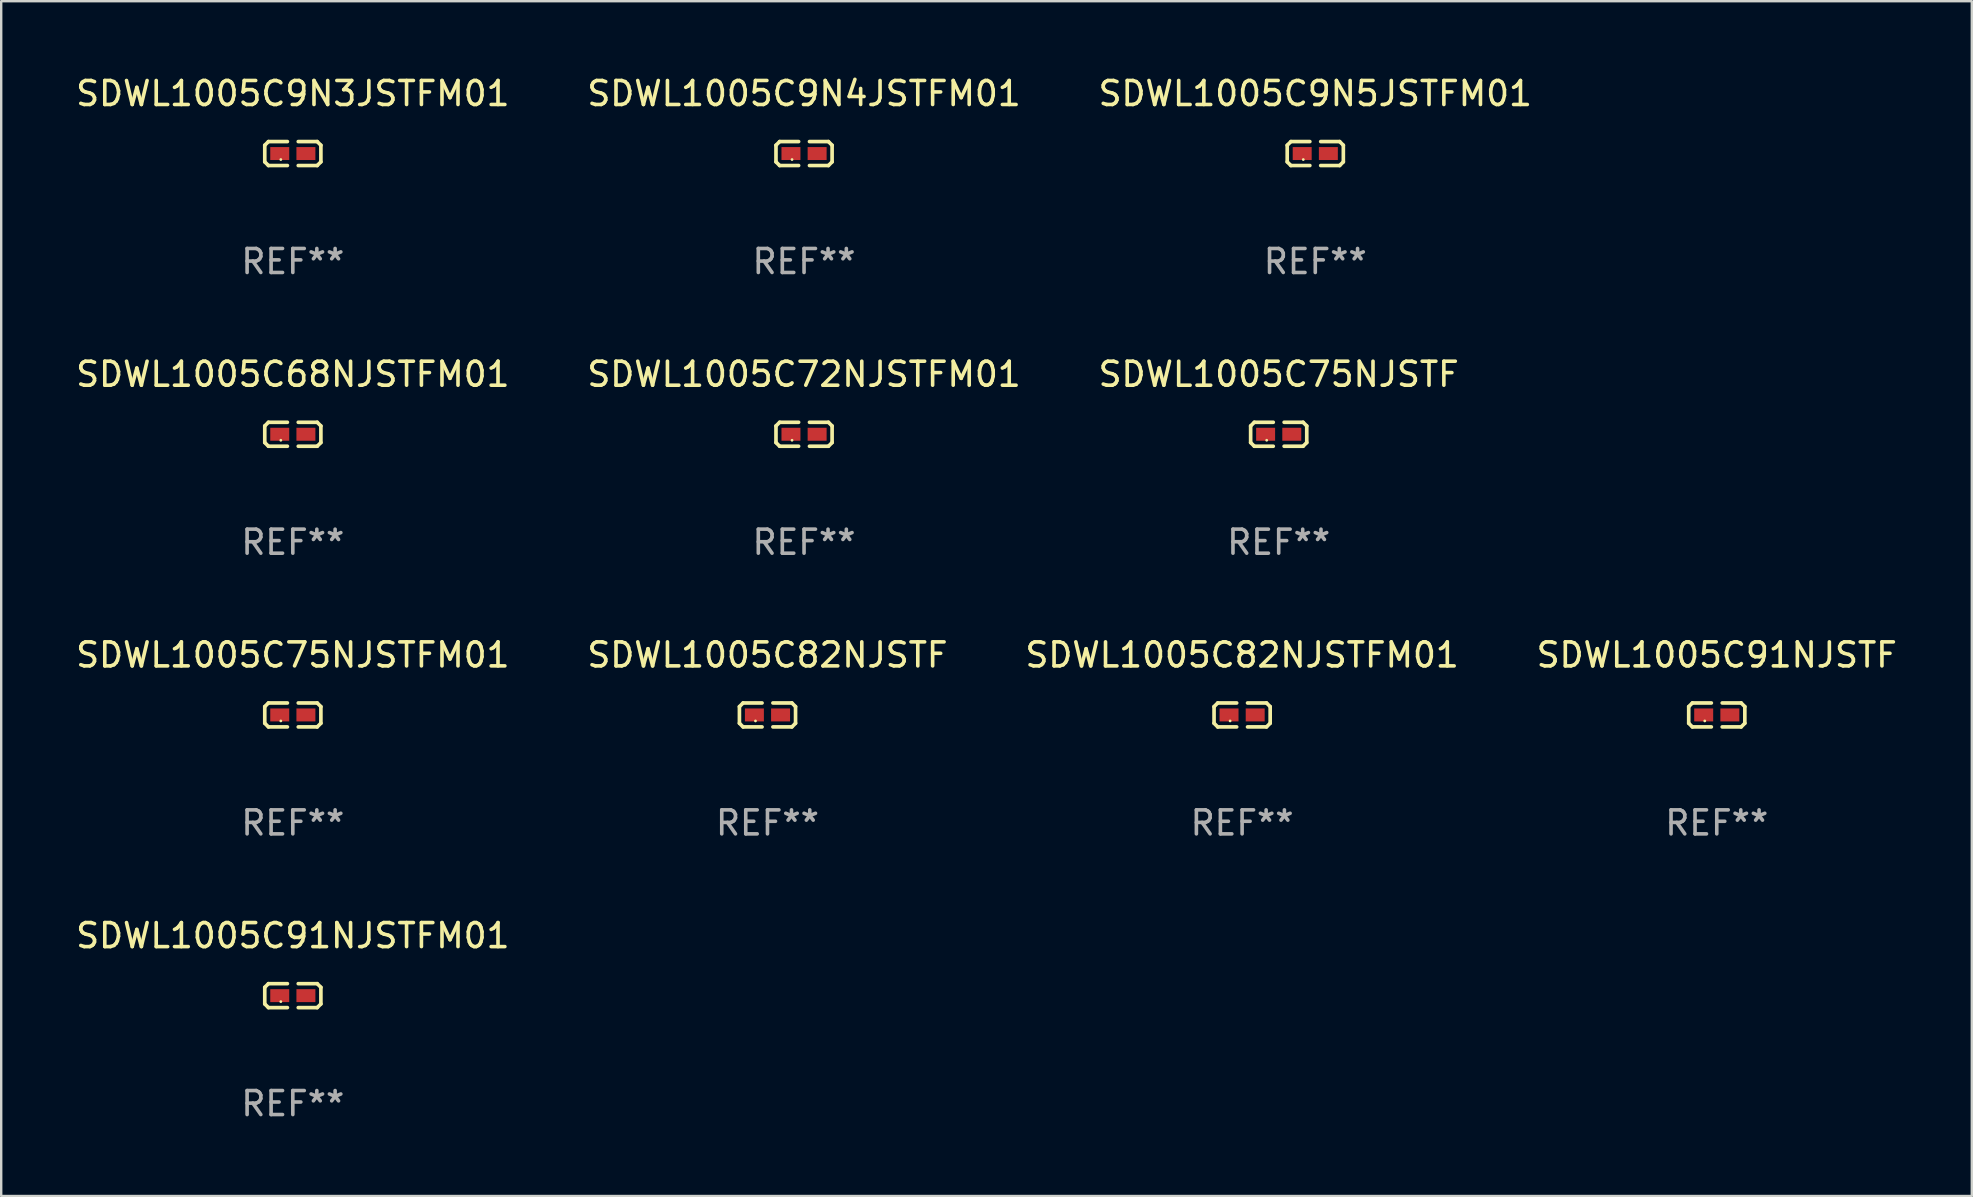
<source format=kicad_pcb>
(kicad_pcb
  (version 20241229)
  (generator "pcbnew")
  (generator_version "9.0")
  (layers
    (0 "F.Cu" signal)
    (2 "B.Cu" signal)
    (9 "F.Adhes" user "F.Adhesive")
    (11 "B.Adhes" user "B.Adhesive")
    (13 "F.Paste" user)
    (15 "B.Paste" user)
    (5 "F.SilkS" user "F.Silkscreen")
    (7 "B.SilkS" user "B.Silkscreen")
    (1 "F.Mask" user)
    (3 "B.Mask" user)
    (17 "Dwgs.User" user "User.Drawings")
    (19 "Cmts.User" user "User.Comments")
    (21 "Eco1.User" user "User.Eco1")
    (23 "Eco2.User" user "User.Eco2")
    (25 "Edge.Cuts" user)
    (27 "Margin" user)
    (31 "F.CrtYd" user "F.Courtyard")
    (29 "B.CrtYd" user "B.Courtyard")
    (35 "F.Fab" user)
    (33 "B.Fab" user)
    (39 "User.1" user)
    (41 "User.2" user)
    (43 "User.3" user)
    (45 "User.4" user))
  (footprint "SDWL1005C75NJSTF"
    (layer "F.Cu")
    (at 50.22 15.041)
    (property "Reference" "SDWL1005C75NJSTF" (at 0 -2.499 0) (layer "F.SilkS") (effects (font (size 1 1) (thickness 0.15))))
    (attr through_hole)
    (fp_line (start -1.169 -0.346) (end -1.016 -0.499) (stroke (width 0.152) (type solid)) (layer "F.SilkS"))
    (fp_line (start -1.169 0.346) (end -1.169 -0.346) (stroke (width 0.152) (type solid)) (layer "F.SilkS"))
    (fp_line (start -1.016 -0.499) (end -0.226 -0.499) (stroke (width 0.152) (type solid)) (layer "F.SilkS"))
    (fp_line (start -1.016 0.499) (end -1.169 0.346) (stroke (width 0.152) (type solid)) (layer "F.SilkS"))
    (fp_line (start -0.226 0.499) (end -1.016 0.499) (stroke (width 0.152) (type solid)) (layer "F.SilkS"))
    (fp_line (start 0.226 0.499) (end 1.016 0.499) (stroke (width 0.152) (type solid)) (layer "F.SilkS"))
    (fp_line (start 1.016 -0.499) (end 0.226 -0.499) (stroke (width 0.152) (type solid)) (layer "F.SilkS"))
    (fp_line (start 1.016 0.499) (end 1.169 0.346) (stroke (width 0.152) (type solid)) (layer "F.SilkS"))
    (fp_line (start 1.169 -0.346) (end 1.016 -0.499) (stroke (width 0.152) (type solid)) (layer "F.SilkS"))
    (fp_line (start 1.169 0.346) (end 1.169 -0.346) (stroke (width 0.152) (type solid)) (layer "F.SilkS"))
    (fp_circle (center -0.5 0.25) (end -0.47 0.25) (stroke (width 0.06) (type solid)) (fill no) (layer "F.SilkS"))
    (fp_text user "REF**" (at 0 4.499 0) (layer "F.Fab") (effects (font (size 1 1) (thickness 0.15))))
    (pad "1" smd rect (at -0.545 0) (size 0.79 0.54) (layers "F.Cu" "F.Mask" "F.Paste"))
    (pad "2" smd rect (at 0.545 0) (size 0.79 0.54) (layers "F.Cu" "F.Mask" "F.Paste")))
  (footprint "SDWL1005C9N4JSTFM01"
    (layer "F.Cu")
    (at 30.446 3.347)
    (property "Reference" "SDWL1005C9N4JSTFM01" (at 0 -2.499 0) (layer "F.SilkS") (effects (font (size 1 1) (thickness 0.15))))
    (attr through_hole)
    (fp_line (start -1.169 -0.346) (end -1.016 -0.499) (stroke (width 0.152) (type solid)) (layer "F.SilkS"))
    (fp_line (start -1.169 0.346) (end -1.169 -0.346) (stroke (width 0.152) (type solid)) (layer "F.SilkS"))
    (fp_line (start -1.016 -0.499) (end -0.226 -0.499) (stroke (width 0.152) (type solid)) (layer "F.SilkS"))
    (fp_line (start -1.016 0.499) (end -1.169 0.346) (stroke (width 0.152) (type solid)) (layer "F.SilkS"))
    (fp_line (start -0.226 0.499) (end -1.016 0.499) (stroke (width 0.152) (type solid)) (layer "F.SilkS"))
    (fp_line (start 0.226 0.499) (end 1.016 0.499) (stroke (width 0.152) (type solid)) (layer "F.SilkS"))
    (fp_line (start 1.016 -0.499) (end 0.226 -0.499) (stroke (width 0.152) (type solid)) (layer "F.SilkS"))
    (fp_line (start 1.016 0.499) (end 1.169 0.346) (stroke (width 0.152) (type solid)) (layer "F.SilkS"))
    (fp_line (start 1.169 -0.346) (end 1.016 -0.499) (stroke (width 0.152) (type solid)) (layer "F.SilkS"))
    (fp_line (start 1.169 0.346) (end 1.169 -0.346) (stroke (width 0.152) (type solid)) (layer "F.SilkS"))
    (fp_circle (center -0.5 0.25) (end -0.47 0.25) (stroke (width 0.06) (type solid)) (fill no) (layer "F.SilkS"))
    (fp_text user "REF**" (at 0 4.499 0) (layer "F.Fab") (effects (font (size 1 1) (thickness 0.15))))
    (pad "1" smd rect (at -0.545 0) (size 0.79 0.54) (layers "F.Cu" "F.Mask" "F.Paste"))
    (pad "2" smd rect (at 0.545 0) (size 0.79 0.54) (layers "F.Cu" "F.Mask" "F.Paste")))
  (footprint "SDWL1005C75NJSTFM01"
    (layer "F.Cu")
    (at 9.149 26.734)
    (property "Reference" "SDWL1005C75NJSTFM01" (at 0 -2.499 0) (layer "F.SilkS") (effects (font (size 1 1) (thickness 0.15))))
    (attr through_hole)
    (fp_line (start -1.169 -0.346) (end -1.016 -0.499) (stroke (width 0.152) (type solid)) (layer "F.SilkS"))
    (fp_line (start -1.169 0.346) (end -1.169 -0.346) (stroke (width 0.152) (type solid)) (layer "F.SilkS"))
    (fp_line (start -1.016 -0.499) (end -0.226 -0.499) (stroke (width 0.152) (type solid)) (layer "F.SilkS"))
    (fp_line (start -1.016 0.499) (end -1.169 0.346) (stroke (width 0.152) (type solid)) (layer "F.SilkS"))
    (fp_line (start -0.226 0.499) (end -1.016 0.499) (stroke (width 0.152) (type solid)) (layer "F.SilkS"))
    (fp_line (start 0.226 0.499) (end 1.016 0.499) (stroke (width 0.152) (type solid)) (layer "F.SilkS"))
    (fp_line (start 1.016 -0.499) (end 0.226 -0.499) (stroke (width 0.152) (type solid)) (layer "F.SilkS"))
    (fp_line (start 1.016 0.499) (end 1.169 0.346) (stroke (width 0.152) (type solid)) (layer "F.SilkS"))
    (fp_line (start 1.169 -0.346) (end 1.016 -0.499) (stroke (width 0.152) (type solid)) (layer "F.SilkS"))
    (fp_line (start 1.169 0.346) (end 1.169 -0.346) (stroke (width 0.152) (type solid)) (layer "F.SilkS"))
    (fp_circle (center -0.5 0.25) (end -0.47 0.25) (stroke (width 0.06) (type solid)) (fill no) (layer "F.SilkS"))
    (fp_text user "REF**" (at 0 4.499 0) (layer "F.Fab") (effects (font (size 1 1) (thickness 0.15))))
    (pad "1" smd rect (at -0.545 0) (size 0.79 0.54) (layers "F.Cu" "F.Mask" "F.Paste"))
    (pad "2" smd rect (at 0.545 0) (size 0.79 0.54) (layers "F.Cu" "F.Mask" "F.Paste")))
  (footprint "SDWL1005C91NJSTF"
    (layer "F.Cu")
    (at 68.47 26.734)
    (property "Reference" "SDWL1005C91NJSTF" (at 0 -2.499 0) (layer "F.SilkS") (effects (font (size 1 1) (thickness 0.15))))
    (attr through_hole)
    (fp_line (start -1.169 -0.346) (end -1.016 -0.499) (stroke (width 0.152) (type solid)) (layer "F.SilkS"))
    (fp_line (start -1.169 0.346) (end -1.169 -0.346) (stroke (width 0.152) (type solid)) (layer "F.SilkS"))
    (fp_line (start -1.016 -0.499) (end -0.226 -0.499) (stroke (width 0.152) (type solid)) (layer "F.SilkS"))
    (fp_line (start -1.016 0.499) (end -1.169 0.346) (stroke (width 0.152) (type solid)) (layer "F.SilkS"))
    (fp_line (start -0.226 0.499) (end -1.016 0.499) (stroke (width 0.152) (type solid)) (layer "F.SilkS"))
    (fp_line (start 0.226 0.499) (end 1.016 0.499) (stroke (width 0.152) (type solid)) (layer "F.SilkS"))
    (fp_line (start 1.016 -0.499) (end 0.226 -0.499) (stroke (width 0.152) (type solid)) (layer "F.SilkS"))
    (fp_line (start 1.016 0.499) (end 1.169 0.346) (stroke (width 0.152) (type solid)) (layer "F.SilkS"))
    (fp_line (start 1.169 -0.346) (end 1.016 -0.499) (stroke (width 0.152) (type solid)) (layer "F.SilkS"))
    (fp_line (start 1.169 0.346) (end 1.169 -0.346) (stroke (width 0.152) (type solid)) (layer "F.SilkS"))
    (fp_circle (center -0.5 0.25) (end -0.47 0.25) (stroke (width 0.06) (type solid)) (fill no) (layer "F.SilkS"))
    (fp_text user "REF**" (at 0 4.499 0) (layer "F.Fab") (effects (font (size 1 1) (thickness 0.15))))
    (pad "1" smd rect (at -0.545 0) (size 0.79 0.54) (layers "F.Cu" "F.Mask" "F.Paste"))
    (pad "2" smd rect (at 0.545 0) (size 0.79 0.54) (layers "F.Cu" "F.Mask" "F.Paste")))
  (footprint "SDWL1005C82NJSTF"
    (layer "F.Cu")
    (at 28.923 26.734)
    (property "Reference" "SDWL1005C82NJSTF" (at 0 -2.499 0) (layer "F.SilkS") (effects (font (size 1 1) (thickness 0.15))))
    (attr through_hole)
    (fp_line (start -1.169 -0.346) (end -1.016 -0.499) (stroke (width 0.152) (type solid)) (layer "F.SilkS"))
    (fp_line (start -1.169 0.346) (end -1.169 -0.346) (stroke (width 0.152) (type solid)) (layer "F.SilkS"))
    (fp_line (start -1.016 -0.499) (end -0.226 -0.499) (stroke (width 0.152) (type solid)) (layer "F.SilkS"))
    (fp_line (start -1.016 0.499) (end -1.169 0.346) (stroke (width 0.152) (type solid)) (layer "F.SilkS"))
    (fp_line (start -0.226 0.499) (end -1.016 0.499) (stroke (width 0.152) (type solid)) (layer "F.SilkS"))
    (fp_line (start 0.226 0.499) (end 1.016 0.499) (stroke (width 0.152) (type solid)) (layer "F.SilkS"))
    (fp_line (start 1.016 -0.499) (end 0.226 -0.499) (stroke (width 0.152) (type solid)) (layer "F.SilkS"))
    (fp_line (start 1.016 0.499) (end 1.169 0.346) (stroke (width 0.152) (type solid)) (layer "F.SilkS"))
    (fp_line (start 1.169 -0.346) (end 1.016 -0.499) (stroke (width 0.152) (type solid)) (layer "F.SilkS"))
    (fp_line (start 1.169 0.346) (end 1.169 -0.346) (stroke (width 0.152) (type solid)) (layer "F.SilkS"))
    (fp_circle (center -0.5 0.25) (end -0.47 0.25) (stroke (width 0.06) (type solid)) (fill no) (layer "F.SilkS"))
    (fp_text user "REF**" (at 0 4.499 0) (layer "F.Fab") (effects (font (size 1 1) (thickness 0.15))))
    (pad "1" smd rect (at -0.545 0) (size 0.79 0.54) (layers "F.Cu" "F.Mask" "F.Paste"))
    (pad "2" smd rect (at 0.545 0) (size 0.79 0.54) (layers "F.Cu" "F.Mask" "F.Paste")))
  (footprint "SDWL1005C72NJSTFM01"
    (layer "F.Cu")
    (at 30.446 15.041)
    (property "Reference" "SDWL1005C72NJSTFM01" (at 0 -2.499 0) (layer "F.SilkS") (effects (font (size 1 1) (thickness 0.15))))
    (attr through_hole)
    (fp_line (start -1.169 -0.346) (end -1.016 -0.499) (stroke (width 0.152) (type solid)) (layer "F.SilkS"))
    (fp_line (start -1.169 0.346) (end -1.169 -0.346) (stroke (width 0.152) (type solid)) (layer "F.SilkS"))
    (fp_line (start -1.016 -0.499) (end -0.226 -0.499) (stroke (width 0.152) (type solid)) (layer "F.SilkS"))
    (fp_line (start -1.016 0.499) (end -1.169 0.346) (stroke (width 0.152) (type solid)) (layer "F.SilkS"))
    (fp_line (start -0.226 0.499) (end -1.016 0.499) (stroke (width 0.152) (type solid)) (layer "F.SilkS"))
    (fp_line (start 0.226 0.499) (end 1.016 0.499) (stroke (width 0.152) (type solid)) (layer "F.SilkS"))
    (fp_line (start 1.016 -0.499) (end 0.226 -0.499) (stroke (width 0.152) (type solid)) (layer "F.SilkS"))
    (fp_line (start 1.016 0.499) (end 1.169 0.346) (stroke (width 0.152) (type solid)) (layer "F.SilkS"))
    (fp_line (start 1.169 -0.346) (end 1.016 -0.499) (stroke (width 0.152) (type solid)) (layer "F.SilkS"))
    (fp_line (start 1.169 0.346) (end 1.169 -0.346) (stroke (width 0.152) (type solid)) (layer "F.SilkS"))
    (fp_circle (center -0.5 0.25) (end -0.47 0.25) (stroke (width 0.06) (type solid)) (fill no) (layer "F.SilkS"))
    (fp_text user "REF**" (at 0 4.499 0) (layer "F.Fab") (effects (font (size 1 1) (thickness 0.15))))
    (pad "1" smd rect (at -0.545 0) (size 0.79 0.54) (layers "F.Cu" "F.Mask" "F.Paste"))
    (pad "2" smd rect (at 0.545 0) (size 0.79 0.54) (layers "F.Cu" "F.Mask" "F.Paste")))
  (footprint "SDWL1005C82NJSTFM01"
    (layer "F.Cu")
    (at 48.696 26.734)
    (property "Reference" "SDWL1005C82NJSTFM01" (at 0 -2.499 0) (layer "F.SilkS") (effects (font (size 1 1) (thickness 0.15))))
    (attr through_hole)
    (fp_line (start -1.169 -0.346) (end -1.016 -0.499) (stroke (width 0.152) (type solid)) (layer "F.SilkS"))
    (fp_line (start -1.169 0.346) (end -1.169 -0.346) (stroke (width 0.152) (type solid)) (layer "F.SilkS"))
    (fp_line (start -1.016 -0.499) (end -0.226 -0.499) (stroke (width 0.152) (type solid)) (layer "F.SilkS"))
    (fp_line (start -1.016 0.499) (end -1.169 0.346) (stroke (width 0.152) (type solid)) (layer "F.SilkS"))
    (fp_line (start -0.226 0.499) (end -1.016 0.499) (stroke (width 0.152) (type solid)) (layer "F.SilkS"))
    (fp_line (start 0.226 0.499) (end 1.016 0.499) (stroke (width 0.152) (type solid)) (layer "F.SilkS"))
    (fp_line (start 1.016 -0.499) (end 0.226 -0.499) (stroke (width 0.152) (type solid)) (layer "F.SilkS"))
    (fp_line (start 1.016 0.499) (end 1.169 0.346) (stroke (width 0.152) (type solid)) (layer "F.SilkS"))
    (fp_line (start 1.169 -0.346) (end 1.016 -0.499) (stroke (width 0.152) (type solid)) (layer "F.SilkS"))
    (fp_line (start 1.169 0.346) (end 1.169 -0.346) (stroke (width 0.152) (type solid)) (layer "F.SilkS"))
    (fp_circle (center -0.5 0.25) (end -0.47 0.25) (stroke (width 0.06) (type solid)) (fill no) (layer "F.SilkS"))
    (fp_text user "REF**" (at 0 4.499 0) (layer "F.Fab") (effects (font (size 1 1) (thickness 0.15))))
    (pad "1" smd rect (at -0.545 0) (size 0.79 0.54) (layers "F.Cu" "F.Mask" "F.Paste"))
    (pad "2" smd rect (at 0.545 0) (size 0.79 0.54) (layers "F.Cu" "F.Mask" "F.Paste")))
  (footprint "SDWL1005C9N3JSTFM01"
    (layer "F.Cu")
    (at 9.149 3.347)
    (property "Reference" "SDWL1005C9N3JSTFM01" (at 0 -2.499 0) (layer "F.SilkS") (effects (font (size 1 1) (thickness 0.15))))
    (attr through_hole)
    (fp_line (start -1.169 -0.346) (end -1.016 -0.499) (stroke (width 0.152) (type solid)) (layer "F.SilkS"))
    (fp_line (start -1.169 0.346) (end -1.169 -0.346) (stroke (width 0.152) (type solid)) (layer "F.SilkS"))
    (fp_line (start -1.016 -0.499) (end -0.226 -0.499) (stroke (width 0.152) (type solid)) (layer "F.SilkS"))
    (fp_line (start -1.016 0.499) (end -1.169 0.346) (stroke (width 0.152) (type solid)) (layer "F.SilkS"))
    (fp_line (start -0.226 0.499) (end -1.016 0.499) (stroke (width 0.152) (type solid)) (layer "F.SilkS"))
    (fp_line (start 0.226 0.499) (end 1.016 0.499) (stroke (width 0.152) (type solid)) (layer "F.SilkS"))
    (fp_line (start 1.016 -0.499) (end 0.226 -0.499) (stroke (width 0.152) (type solid)) (layer "F.SilkS"))
    (fp_line (start 1.016 0.499) (end 1.169 0.346) (stroke (width 0.152) (type solid)) (layer "F.SilkS"))
    (fp_line (start 1.169 -0.346) (end 1.016 -0.499) (stroke (width 0.152) (type solid)) (layer "F.SilkS"))
    (fp_line (start 1.169 0.346) (end 1.169 -0.346) (stroke (width 0.152) (type solid)) (layer "F.SilkS"))
    (fp_circle (center -0.5 0.25) (end -0.47 0.25) (stroke (width 0.06) (type solid)) (fill no) (layer "F.SilkS"))
    (fp_text user "REF**" (at 0 4.499 0) (layer "F.Fab") (effects (font (size 1 1) (thickness 0.15))))
    (pad "1" smd rect (at -0.545 0) (size 0.79 0.54) (layers "F.Cu" "F.Mask" "F.Paste"))
    (pad "2" smd rect (at 0.545 0) (size 0.79 0.54) (layers "F.Cu" "F.Mask" "F.Paste")))
  (footprint "SDWL1005C68NJSTFM01"
    (layer "F.Cu")
    (at 9.149 15.041)
    (property "Reference" "SDWL1005C68NJSTFM01" (at 0 -2.499 0) (layer "F.SilkS") (effects (font (size 1 1) (thickness 0.15))))
    (attr through_hole)
    (fp_line (start -1.169 -0.346) (end -1.016 -0.499) (stroke (width 0.152) (type solid)) (layer "F.SilkS"))
    (fp_line (start -1.169 0.346) (end -1.169 -0.346) (stroke (width 0.152) (type solid)) (layer "F.SilkS"))
    (fp_line (start -1.016 -0.499) (end -0.226 -0.499) (stroke (width 0.152) (type solid)) (layer "F.SilkS"))
    (fp_line (start -1.016 0.499) (end -1.169 0.346) (stroke (width 0.152) (type solid)) (layer "F.SilkS"))
    (fp_line (start -0.226 0.499) (end -1.016 0.499) (stroke (width 0.152) (type solid)) (layer "F.SilkS"))
    (fp_line (start 0.226 0.499) (end 1.016 0.499) (stroke (width 0.152) (type solid)) (layer "F.SilkS"))
    (fp_line (start 1.016 -0.499) (end 0.226 -0.499) (stroke (width 0.152) (type solid)) (layer "F.SilkS"))
    (fp_line (start 1.016 0.499) (end 1.169 0.346) (stroke (width 0.152) (type solid)) (layer "F.SilkS"))
    (fp_line (start 1.169 -0.346) (end 1.016 -0.499) (stroke (width 0.152) (type solid)) (layer "F.SilkS"))
    (fp_line (start 1.169 0.346) (end 1.169 -0.346) (stroke (width 0.152) (type solid)) (layer "F.SilkS"))
    (fp_circle (center -0.5 0.25) (end -0.47 0.25) (stroke (width 0.06) (type solid)) (fill no) (layer "F.SilkS"))
    (fp_text user "REF**" (at 0 4.499 0) (layer "F.Fab") (effects (font (size 1 1) (thickness 0.15))))
    (pad "1" smd rect (at -0.545 0) (size 0.79 0.54) (layers "F.Cu" "F.Mask" "F.Paste"))
    (pad "2" smd rect (at 0.545 0) (size 0.79 0.54) (layers "F.Cu" "F.Mask" "F.Paste")))
  (footprint "SDWL1005C91NJSTFM01"
    (layer "F.Cu")
    (at 9.149 38.428)
    (property "Reference" "SDWL1005C91NJSTFM01" (at 0 -2.499 0) (layer "F.SilkS") (effects (font (size 1 1) (thickness 0.15))))
    (attr through_hole)
    (fp_line (start -1.169 -0.346) (end -1.016 -0.499) (stroke (width 0.152) (type solid)) (layer "F.SilkS"))
    (fp_line (start -1.169 0.346) (end -1.169 -0.346) (stroke (width 0.152) (type solid)) (layer "F.SilkS"))
    (fp_line (start -1.016 -0.499) (end -0.226 -0.499) (stroke (width 0.152) (type solid)) (layer "F.SilkS"))
    (fp_line (start -1.016 0.499) (end -1.169 0.346) (stroke (width 0.152) (type solid)) (layer "F.SilkS"))
    (fp_line (start -0.226 0.499) (end -1.016 0.499) (stroke (width 0.152) (type solid)) (layer "F.SilkS"))
    (fp_line (start 0.226 0.499) (end 1.016 0.499) (stroke (width 0.152) (type solid)) (layer "F.SilkS"))
    (fp_line (start 1.016 -0.499) (end 0.226 -0.499) (stroke (width 0.152) (type solid)) (layer "F.SilkS"))
    (fp_line (start 1.016 0.499) (end 1.169 0.346) (stroke (width 0.152) (type solid)) (layer "F.SilkS"))
    (fp_line (start 1.169 -0.346) (end 1.016 -0.499) (stroke (width 0.152) (type solid)) (layer "F.SilkS"))
    (fp_line (start 1.169 0.346) (end 1.169 -0.346) (stroke (width 0.152) (type solid)) (layer "F.SilkS"))
    (fp_circle (center -0.5 0.25) (end -0.47 0.25) (stroke (width 0.06) (type solid)) (fill no) (layer "F.SilkS"))
    (fp_text user "REF**" (at 0 4.499 0) (layer "F.Fab") (effects (font (size 1 1) (thickness 0.15))))
    (pad "1" smd rect (at -0.545 0) (size 0.79 0.54) (layers "F.Cu" "F.Mask" "F.Paste"))
    (pad "2" smd rect (at 0.545 0) (size 0.79 0.54) (layers "F.Cu" "F.Mask" "F.Paste")))
  (footprint "SDWL1005C9N5JSTFM01"
    (layer "F.Cu")
    (at 51.744 3.347)
    (property "Reference" "SDWL1005C9N5JSTFM01" (at 0 -2.499 0) (layer "F.SilkS") (effects (font (size 1 1) (thickness 0.15))))
    (attr through_hole)
    (fp_line (start -1.169 -0.346) (end -1.016 -0.499) (stroke (width 0.152) (type solid)) (layer "F.SilkS"))
    (fp_line (start -1.169 0.346) (end -1.169 -0.346) (stroke (width 0.152) (type solid)) (layer "F.SilkS"))
    (fp_line (start -1.016 -0.499) (end -0.226 -0.499) (stroke (width 0.152) (type solid)) (layer "F.SilkS"))
    (fp_line (start -1.016 0.499) (end -1.169 0.346) (stroke (width 0.152) (type solid)) (layer "F.SilkS"))
    (fp_line (start -0.226 0.499) (end -1.016 0.499) (stroke (width 0.152) (type solid)) (layer "F.SilkS"))
    (fp_line (start 0.226 0.499) (end 1.016 0.499) (stroke (width 0.152) (type solid)) (layer "F.SilkS"))
    (fp_line (start 1.016 -0.499) (end 0.226 -0.499) (stroke (width 0.152) (type solid)) (layer "F.SilkS"))
    (fp_line (start 1.016 0.499) (end 1.169 0.346) (stroke (width 0.152) (type solid)) (layer "F.SilkS"))
    (fp_line (start 1.169 -0.346) (end 1.016 -0.499) (stroke (width 0.152) (type solid)) (layer "F.SilkS"))
    (fp_line (start 1.169 0.346) (end 1.169 -0.346) (stroke (width 0.152) (type solid)) (layer "F.SilkS"))
    (fp_circle (center -0.5 0.25) (end -0.47 0.25) (stroke (width 0.06) (type solid)) (fill no) (layer "F.SilkS"))
    (fp_text user "REF**" (at 0 4.499 0) (layer "F.Fab") (effects (font (size 1 1) (thickness 0.15))))
    (pad "1" smd rect (at -0.545 0) (size 0.79 0.54) (layers "F.Cu" "F.Mask" "F.Paste"))
    (pad "2" smd rect (at 0.545 0) (size 0.79 0.54) (layers "F.Cu" "F.Mask" "F.Paste")))
  (gr_rect
    (start -3 -3)
    (end 79.095 46.775)
    (stroke (width 0.1) (type default))
    (fill no)
    (layer "Edge.Cuts")))
</source>
